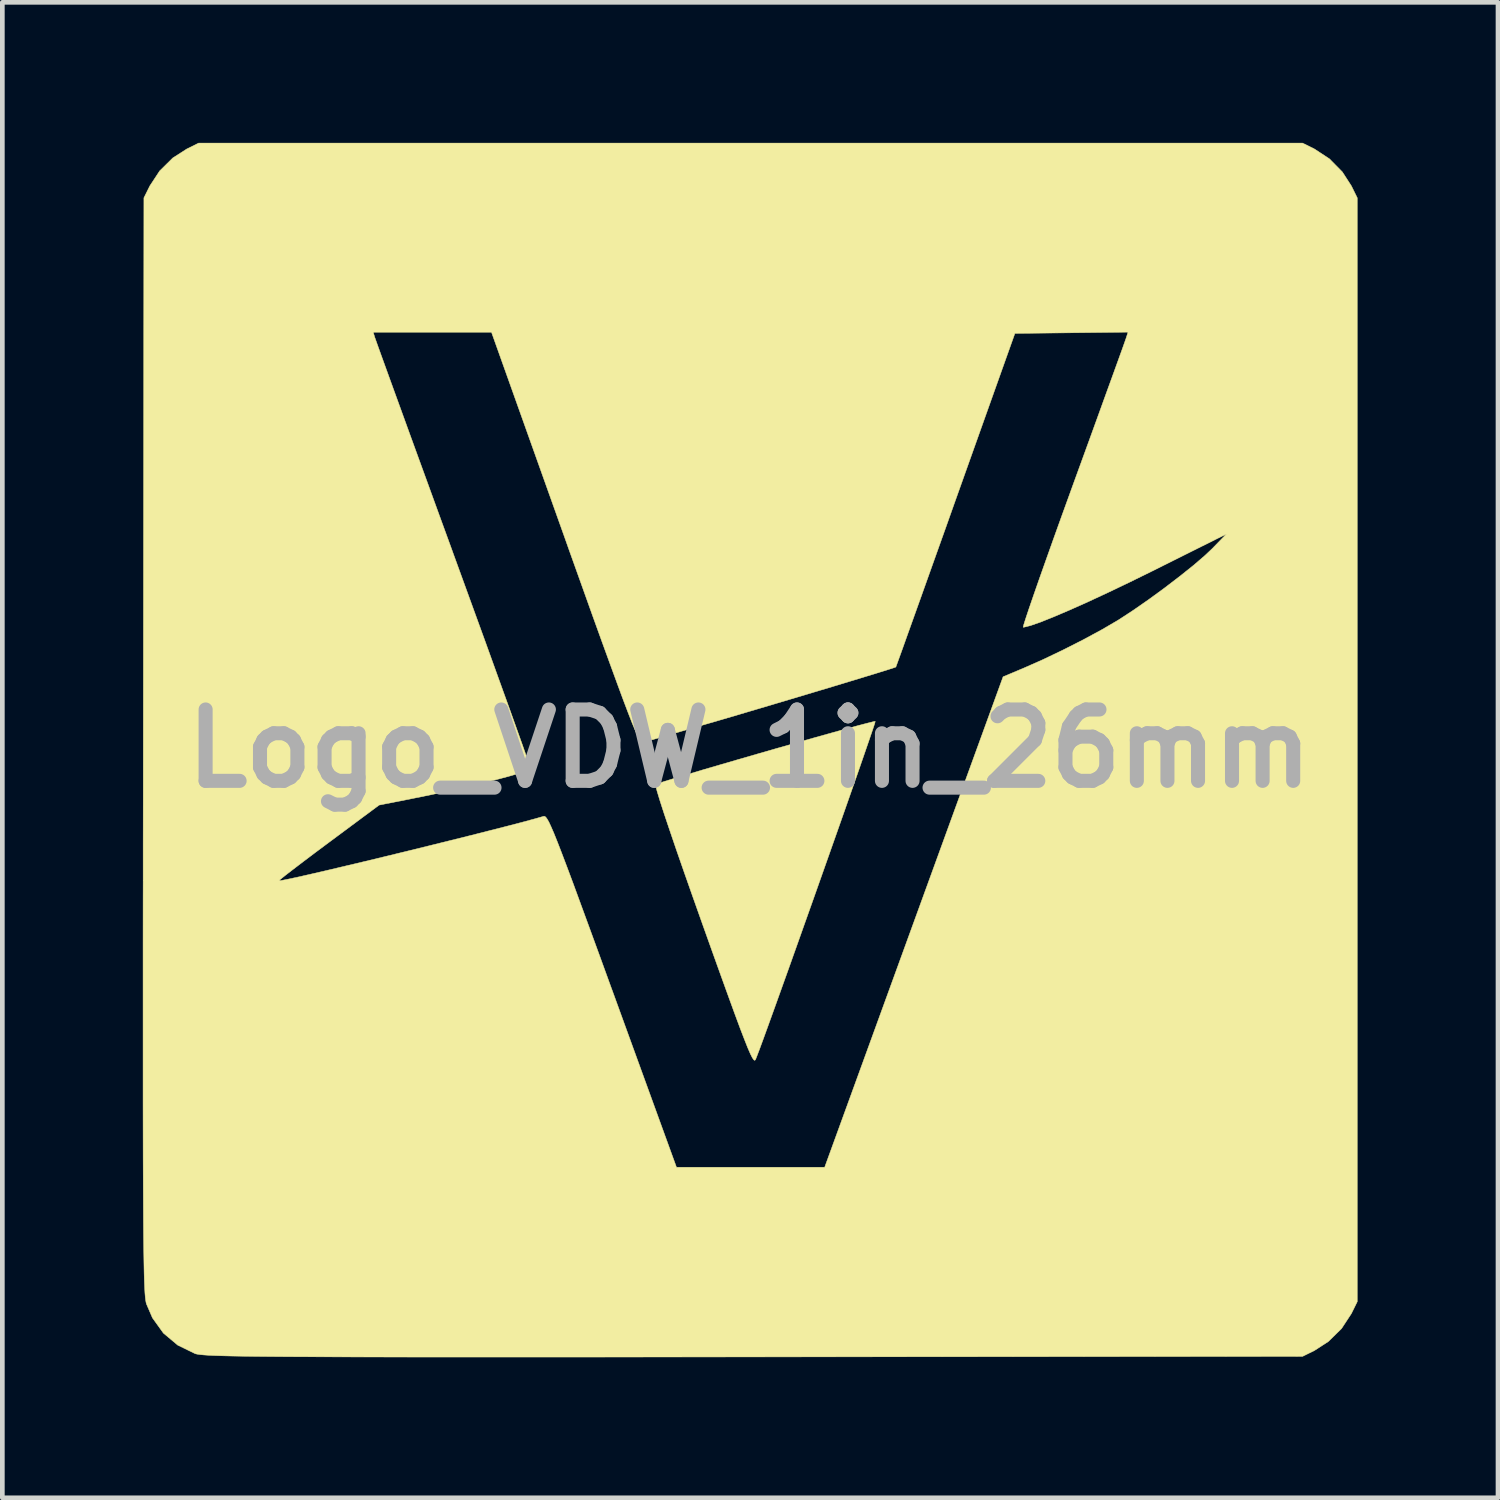
<source format=kicad_pcb>
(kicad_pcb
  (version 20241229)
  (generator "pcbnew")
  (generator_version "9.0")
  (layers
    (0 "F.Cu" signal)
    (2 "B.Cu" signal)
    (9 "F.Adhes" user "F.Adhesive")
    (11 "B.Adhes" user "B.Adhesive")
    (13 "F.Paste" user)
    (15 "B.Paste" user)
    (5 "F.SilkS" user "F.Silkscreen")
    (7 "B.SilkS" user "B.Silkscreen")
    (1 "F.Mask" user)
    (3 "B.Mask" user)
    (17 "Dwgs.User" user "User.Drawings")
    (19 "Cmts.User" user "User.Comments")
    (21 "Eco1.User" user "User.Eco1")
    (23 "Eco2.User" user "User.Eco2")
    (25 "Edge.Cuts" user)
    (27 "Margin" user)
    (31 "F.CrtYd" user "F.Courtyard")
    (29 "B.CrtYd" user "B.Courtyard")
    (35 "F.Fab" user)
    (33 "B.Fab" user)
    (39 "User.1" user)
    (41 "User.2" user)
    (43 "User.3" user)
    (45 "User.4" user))
  (footprint "Logo_VDW_1in_26mm"
    (layer "F.Cu")
    (at 12.952 12.934)
    (property "Reference" "Logo_VDW_1in_26mm" (at 0 0 0) (layer "F.Fab") (effects (font (size 1.524 1.524) (thickness 0.3))))
    (attr through_hole)
    (fp_poly (pts (xy 2.674 -0.531) (xy 2.629 -0.395) (xy 2.556 -0.182) (xy 2.459 0.1) (xy 2.341 0.442) (xy 2.204 0.834) (xy 2.052 1.268) (xy 1.888 1.734) (xy 1.715 2.224) (xy 1.537 2.728) (xy 1.357 3.237) (xy 1.177 3.743) (xy 1.002 4.236) (xy 0.834 4.708) (xy 0.676 5.149) (xy 0.532 5.55) (xy 0.405 5.902) (xy 0.298 6.197) (xy 0.214 6.425) (xy 0.156 6.577) (xy 0.13 6.643) (xy 0.114 6.658) (xy 0.093 6.646) (xy 0.062 6.601) (xy 0.02 6.517) (xy -0.036 6.388) (xy -0.108 6.206) (xy -0.2 5.967) (xy -0.313 5.662) (xy -0.45 5.286) (xy -0.614 4.832) (xy -0.807 4.294) (xy -0.989 3.784) (xy -1.2 3.189) (xy -1.391 2.646) (xy -1.56 2.16) (xy -1.704 1.737) (xy -1.823 1.383) (xy -1.913 1.104) (xy -1.973 0.905) (xy -2.002 0.791) (xy -2.003 0.767) (xy -1.946 0.745) (xy -1.804 0.698) (xy -1.589 0.632) (xy -1.311 0.549) (xy -0.983 0.451) (xy -0.616 0.344) (xy -0.221 0.229) (xy 0.19 0.11) (xy 0.604 -0.009) (xy 1.012 -0.125) (xy 1.4 -0.235) (xy 1.758 -0.335) (xy 2.074 -0.423) (xy 2.337 -0.495) (xy 2.534 -0.546) (xy 2.654 -0.576) (xy 2.687 -0.58) (xy 2.674 -0.531)) (stroke (width 0.01) (type solid)) (fill yes) (layer "F.SilkS"))
    (fp_poly (pts (xy 12.065 -12.803) (xy 12.385 -12.593) (xy 12.661 -12.313) (xy 12.854 -12.014) (xy 12.979 -11.76) (xy 12.979 11.811) (xy 12.854 12.065) (xy 12.644 12.385) (xy 12.363 12.661) (xy 12.065 12.854) (xy 11.811 12.979) (xy 0.102 12.99) (xy -1.194 12.991) (xy -2.392 12.992) (xy -3.496 12.993) (xy -4.509 12.993) (xy -5.437 12.993) (xy -6.283 12.993) (xy -7.05 12.993) (xy -7.742 12.992) (xy -8.364 12.991) (xy -8.92 12.989) (xy -9.412 12.987) (xy -9.845 12.985) (xy -10.223 12.982) (xy -10.55 12.979) (xy -10.829 12.975) (xy -11.065 12.971) (xy -11.261 12.966) (xy -11.422 12.961) (xy -11.55 12.955) (xy -11.65 12.948) (xy -11.726 12.941) (xy -11.782 12.933) (xy -11.821 12.925) (xy -11.836 12.92) (xy -12.207 12.739) (xy -12.513 12.482) (xy -12.747 12.156) (xy -12.875 11.859) (xy -12.884 11.825) (xy -12.892 11.777) (xy -12.9 11.713) (xy -12.907 11.627) (xy -12.913 11.516) (xy -12.919 11.377) (xy -12.924 11.205) (xy -12.928 10.996) (xy -12.932 10.747) (xy -12.936 10.453) (xy -12.939 10.111) (xy -12.941 9.717) (xy -12.943 9.266) (xy -12.945 8.756) (xy -12.946 8.182) (xy -12.947 7.54) (xy -12.947 6.826) (xy -12.947 6.037) (xy -12.947 5.168) (xy -12.947 4.216) (xy -12.946 3.177) (xy -12.945 2.823) (xy -10.047 2.823) (xy -9.993 2.817) (xy -9.851 2.789) (xy -9.631 2.742) (xy -9.345 2.677) (xy -9.003 2.598) (xy -8.616 2.506) (xy -8.194 2.406) (xy -7.747 2.298) (xy -7.287 2.186) (xy -6.823 2.072) (xy -6.368 1.959) (xy -5.93 1.85) (xy -5.521 1.746) (xy -5.152 1.652) (xy -4.832 1.568) (xy -4.573 1.498) (xy -4.394 1.447) (xy -4.373 1.447) (xy -4.349 1.463) (xy -4.32 1.502) (xy -4.282 1.568) (xy -4.235 1.669) (xy -4.174 1.81) (xy -4.099 1.997) (xy -4.006 2.237) (xy -3.893 2.535) (xy -3.757 2.899) (xy -3.598 3.333) (xy -3.411 3.843) (xy -3.194 4.437) (xy -2.946 5.12) (xy -2.924 5.179) (xy -1.557 8.941) (xy 1.607 8.941) (xy 3.512 3.704) (xy 5.417 -1.533) (xy 5.871 -1.724) (xy 6.271 -1.901) (xy 6.701 -2.107) (xy 7.131 -2.325) (xy 7.53 -2.541) (xy 7.867 -2.738) (xy 7.893 -2.754) (xy 8.197 -2.953) (xy 8.528 -3.183) (xy 8.866 -3.43) (xy 9.191 -3.679) (xy 9.486 -3.915) (xy 9.729 -4.124) (xy 9.881 -4.268) (xy 10.185 -4.581) (xy 8.585 -3.782) (xy 8.109 -3.548) (xy 7.653 -3.33) (xy 7.225 -3.131) (xy 6.837 -2.958) (xy 6.497 -2.813) (xy 6.215 -2.7) (xy 6.002 -2.626) (xy 5.866 -2.592) (xy 5.846 -2.591) (xy 5.856 -2.637) (xy 5.898 -2.771) (xy 5.969 -2.984) (xy 6.067 -3.269) (xy 6.188 -3.616) (xy 6.331 -4.02) (xy 6.491 -4.47) (xy 6.667 -4.96) (xy 6.856 -5.482) (xy 6.908 -5.626) (xy 7.102 -6.159) (xy 7.286 -6.665) (xy 7.457 -7.137) (xy 7.612 -7.566) (xy 7.749 -7.943) (xy 7.864 -8.261) (xy 7.954 -8.51) (xy 8.015 -8.682) (xy 8.046 -8.77) (xy 8.048 -8.777) (xy 8.085 -8.892) (xy 6.877 -8.878) (xy 5.669 -8.865) (xy 4.402 -5.309) (xy 4.198 -4.734) (xy 4.003 -4.188) (xy 3.821 -3.678) (xy 3.655 -3.212) (xy 3.506 -2.796) (xy 3.378 -2.439) (xy 3.274 -2.147) (xy 3.195 -1.928) (xy 3.145 -1.791) (xy 3.127 -1.741) (xy 3.127 -1.741) (xy 3.077 -1.723) (xy 2.94 -1.679) (xy 2.73 -1.614) (xy 2.456 -1.53) (xy 2.131 -1.431) (xy 1.765 -1.32) (xy 1.371 -1.202) (xy 0.96 -1.079) (xy 0.544 -0.955) (xy 0.133 -0.833) (xy -0.261 -0.716) (xy -0.626 -0.609) (xy -0.95 -0.515) (xy -0.991 -0.503) (xy -1.33 -0.405) (xy -1.639 -0.315) (xy -1.904 -0.238) (xy -2.112 -0.178) (xy -2.246 -0.139) (xy -2.292 -0.125) (xy -2.311 -0.134) (xy -2.34 -0.175) (xy -2.38 -0.253) (xy -2.433 -0.374) (xy -2.502 -0.541) (xy -2.588 -0.761) (xy -2.693 -1.038) (xy -2.819 -1.379) (xy -2.968 -1.787) (xy -3.143 -2.268) (xy -3.345 -2.828) (xy -3.575 -3.472) (xy -3.837 -4.204) (xy -3.94 -4.495) (xy -5.507 -8.89) (xy -6.77 -8.89) (xy -8.033 -8.89) (xy -7.998 -8.776) (xy -7.975 -8.712) (xy -7.921 -8.56) (xy -7.837 -8.327) (xy -7.725 -8.018) (xy -7.588 -7.64) (xy -7.429 -7.202) (xy -7.25 -6.708) (xy -7.053 -6.167) (xy -6.841 -5.585) (xy -6.617 -4.968) (xy -6.382 -4.324) (xy -6.318 -4.147) (xy -6.082 -3.498) (xy -5.856 -2.876) (xy -5.642 -2.287) (xy -5.444 -1.738) (xy -5.263 -1.236) (xy -5.101 -0.788) (xy -4.962 -0.399) (xy -4.847 -0.077) (xy -4.76 0.171) (xy -4.701 0.339) (xy -4.675 0.421) (xy -4.674 0.427) (xy -4.721 0.459) (xy -4.856 0.508) (xy -5.066 0.572) (xy -5.338 0.646) (xy -5.659 0.727) (xy -6.018 0.813) (xy -6.403 0.901) (xy -6.799 0.986) (xy -7.178 1.063) (xy -7.907 1.207) (xy -8.984 2.007) (xy -9.271 2.221) (xy -9.527 2.414) (xy -9.743 2.579) (xy -9.909 2.707) (xy -10.014 2.791) (xy -10.047 2.823) (xy -12.945 2.823) (xy -12.945 2.047) (xy -12.943 0.821) (xy -12.942 -0.076) (xy -12.929 -11.76) (xy -12.803 -12.014) (xy -12.593 -12.334) (xy -12.313 -12.611) (xy -12.014 -12.803) (xy -11.76 -12.929) (xy 11.811 -12.929) (xy 12.065 -12.803)) (stroke (width 0.01) (type solid)) (fill yes) (layer "F.SilkS")))
  (gr_rect
    (start -3 -3)
    (end 28.937 28.932)
    (stroke (width 0.1) (type default))
    (fill no)
    (layer "Edge.Cuts")))
</source>
